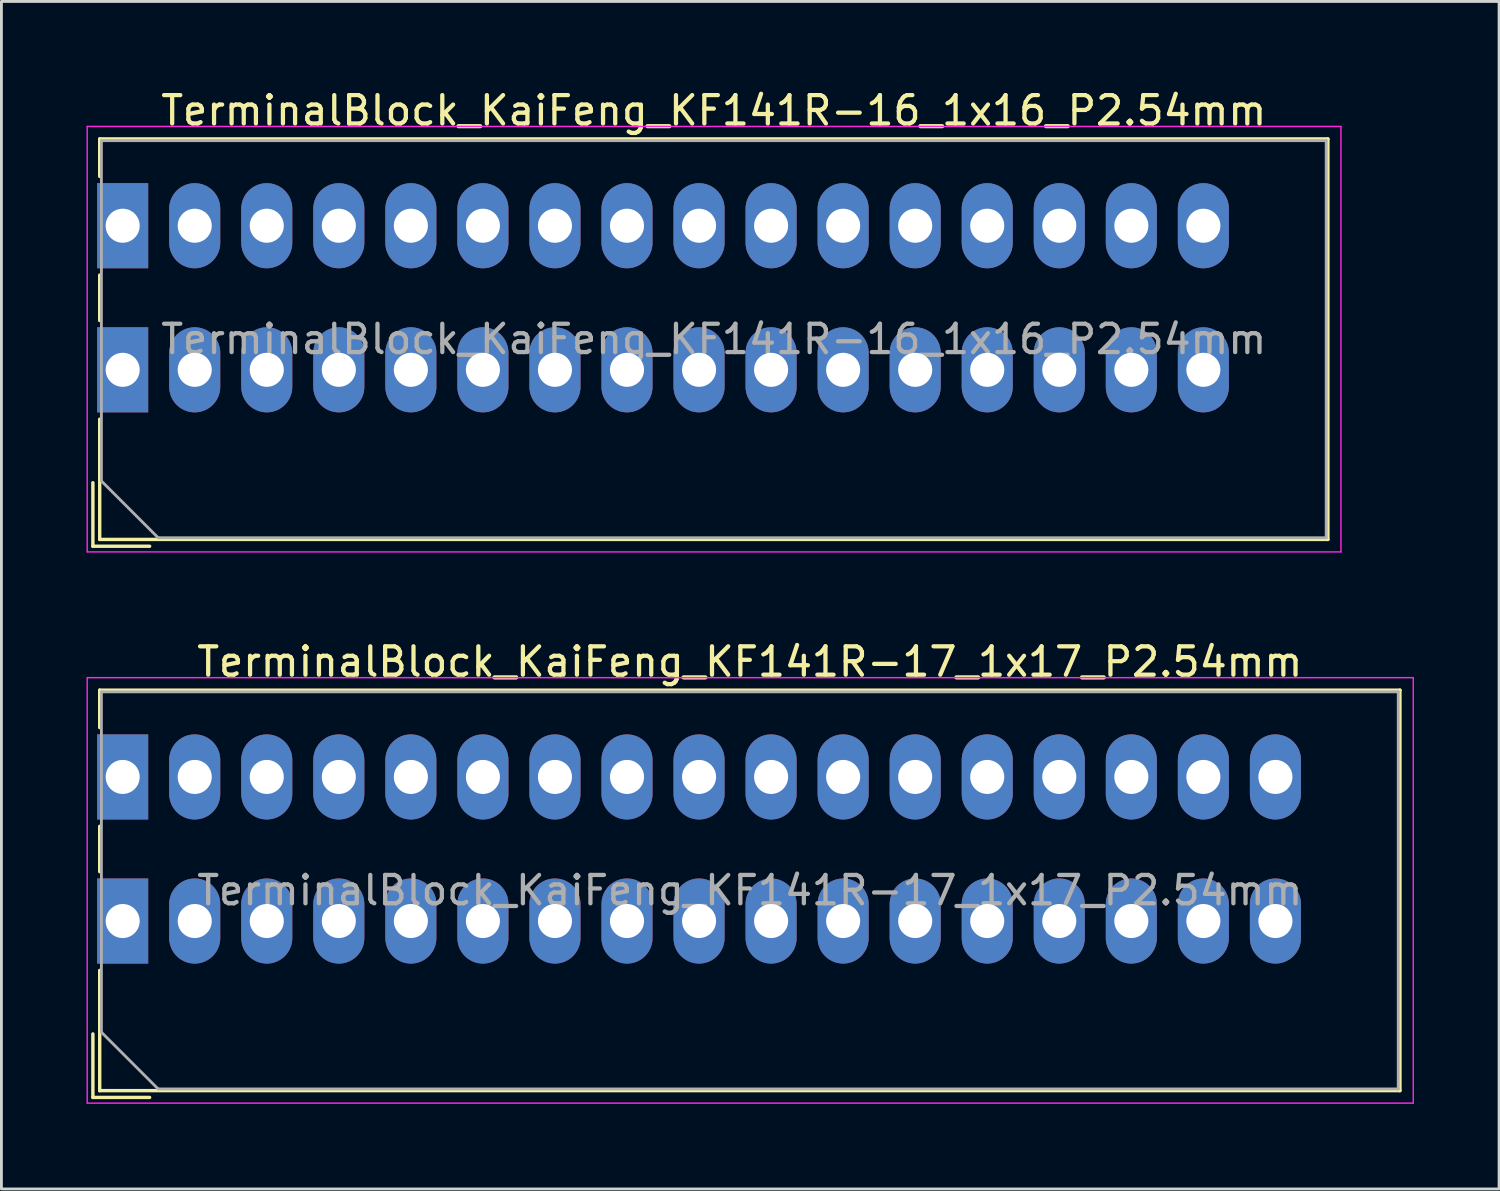
<source format=kicad_pcb>
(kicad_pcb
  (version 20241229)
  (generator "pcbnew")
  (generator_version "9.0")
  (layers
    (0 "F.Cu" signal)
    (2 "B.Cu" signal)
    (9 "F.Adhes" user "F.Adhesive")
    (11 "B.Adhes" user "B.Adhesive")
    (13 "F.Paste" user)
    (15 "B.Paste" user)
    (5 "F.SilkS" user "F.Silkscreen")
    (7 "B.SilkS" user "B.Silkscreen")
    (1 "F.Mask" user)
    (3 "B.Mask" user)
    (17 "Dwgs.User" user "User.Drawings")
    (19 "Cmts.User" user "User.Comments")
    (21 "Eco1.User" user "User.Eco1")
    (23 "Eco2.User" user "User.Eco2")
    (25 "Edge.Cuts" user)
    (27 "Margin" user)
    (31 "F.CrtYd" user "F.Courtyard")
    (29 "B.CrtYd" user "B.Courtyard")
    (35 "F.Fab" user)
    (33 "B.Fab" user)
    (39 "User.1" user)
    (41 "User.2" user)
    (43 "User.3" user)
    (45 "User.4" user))
  (footprint "TerminalBlock_KaiFeng_KF141R-16_1x16_P2.54mm"
    (layer "F.Cu")
    (at 1.275 4.908)
    (property "Reference" "TerminalBlock_KaiFeng_KF141R-16_1x16_P2.54mm" (at 20.84 -4.06 0) (layer "F.SilkS") (effects (font (size 1 1) (thickness 0.15))))
    (attr through_hole)
    (fp_line (start -1.05 9.06) (end -1.05 11.3) (stroke (width 0.12) (type solid)) (layer "F.SilkS"))
    (fp_line (start -1.05 11.3) (end 0.95 11.3) (stroke (width 0.12) (type solid)) (layer "F.SilkS"))
    (fp_line (start -0.81 -3.06) (end -0.81 -1.74) (stroke (width 0.12) (type solid)) (layer "F.SilkS"))
    (fp_line (start -0.81 -3.06) (end 42.49 -3.06) (stroke (width 0.12) (type solid)) (layer "F.SilkS"))
    (fp_line (start -0.81 1.74) (end -0.81 3.34) (stroke (width 0.12) (type solid)) (layer "F.SilkS"))
    (fp_line (start -0.81 6.82) (end -0.81 11.06) (stroke (width 0.12) (type solid)) (layer "F.SilkS"))
    (fp_line (start -0.81 11.06) (end 42.49 11.06) (stroke (width 0.12) (type solid)) (layer "F.SilkS"))
    (fp_line (start 42.49 -3.06) (end 42.49 11.06) (stroke (width 0.12) (type solid)) (layer "F.SilkS"))
    (fp_line (start -1.25 -3.5) (end -1.25 11.5) (stroke (width 0.05) (type solid)) (layer "F.CrtYd"))
    (fp_line (start -1.25 11.5) (end 42.95 11.5) (stroke (width 0.05) (type solid)) (layer "F.CrtYd"))
    (fp_line (start 42.95 -3.5) (end -1.25 -3.5) (stroke (width 0.05) (type solid)) (layer "F.CrtYd"))
    (fp_line (start 42.95 11.5) (end 42.95 -3.5) (stroke (width 0.05) (type solid)) (layer "F.CrtYd"))
    (fp_line (start -0.75 -3) (end 42.43 -3) (stroke (width 0.1) (type solid)) (layer "F.Fab"))
    (fp_line (start -0.75 9) (end -0.75 -3) (stroke (width 0.1) (type solid)) (layer "F.Fab"))
    (fp_line (start 1.25 11) (end -0.75 9) (stroke (width 0.1) (type solid)) (layer "F.Fab"))
    (fp_line (start 42.43 -3) (end 42.43 11) (stroke (width 0.1) (type solid)) (layer "F.Fab"))
    (fp_line (start 42.43 11) (end 1.25 11) (stroke (width 0.1) (type solid)) (layer "F.Fab"))
    (fp_text user "${REFERENCE}" (at 20.84 4 0) (layer "F.Fab") (effects (font (size 1 1) (thickness 0.15))))
    (pad "1" thru_hole rect (at 0 0) (size 1.8 3) (drill 1.2) (layers "*.Cu" "*.Mask"))
    (pad "1" thru_hole rect (at 0 5.08) (size 1.8 3) (drill 1.2) (layers "*.Cu" "*.Mask"))
    (pad "2" thru_hole oval (at 2.54 0) (size 1.8 3) (drill 1.2) (layers "*.Cu" "*.Mask"))
    (pad "2" thru_hole oval (at 2.54 5.08) (size 1.8 3) (drill 1.2) (layers "*.Cu" "*.Mask"))
    (pad "3" thru_hole oval (at 5.08 0) (size 1.8 3) (drill 1.2) (layers "*.Cu" "*.Mask"))
    (pad "3" thru_hole oval (at 5.08 5.08) (size 1.8 3) (drill 1.2) (layers "*.Cu" "*.Mask"))
    (pad "4" thru_hole oval (at 7.62 0) (size 1.8 3) (drill 1.2) (layers "*.Cu" "*.Mask"))
    (pad "4" thru_hole oval (at 7.62 5.08) (size 1.8 3) (drill 1.2) (layers "*.Cu" "*.Mask"))
    (pad "5" thru_hole oval (at 10.16 0) (size 1.8 3) (drill 1.2) (layers "*.Cu" "*.Mask"))
    (pad "5" thru_hole oval (at 10.16 5.08) (size 1.8 3) (drill 1.2) (layers "*.Cu" "*.Mask"))
    (pad "6" thru_hole oval (at 12.7 0) (size 1.8 3) (drill 1.2) (layers "*.Cu" "*.Mask"))
    (pad "6" thru_hole oval (at 12.7 5.08) (size 1.8 3) (drill 1.2) (layers "*.Cu" "*.Mask"))
    (pad "7" thru_hole oval (at 15.24 0) (size 1.8 3) (drill 1.2) (layers "*.Cu" "*.Mask"))
    (pad "7" thru_hole oval (at 15.24 5.08) (size 1.8 3) (drill 1.2) (layers "*.Cu" "*.Mask"))
    (pad "8" thru_hole oval (at 17.78 0) (size 1.8 3) (drill 1.2) (layers "*.Cu" "*.Mask"))
    (pad "8" thru_hole oval (at 17.78 5.08) (size 1.8 3) (drill 1.2) (layers "*.Cu" "*.Mask"))
    (pad "9" thru_hole oval (at 20.32 0) (size 1.8 3) (drill 1.2) (layers "*.Cu" "*.Mask"))
    (pad "9" thru_hole oval (at 20.32 5.08) (size 1.8 3) (drill 1.2) (layers "*.Cu" "*.Mask"))
    (pad "10" thru_hole oval (at 22.86 0) (size 1.8 3) (drill 1.2) (layers "*.Cu" "*.Mask"))
    (pad "10" thru_hole oval (at 22.86 5.08) (size 1.8 3) (drill 1.2) (layers "*.Cu" "*.Mask"))
    (pad "11" thru_hole oval (at 25.4 0) (size 1.8 3) (drill 1.2) (layers "*.Cu" "*.Mask"))
    (pad "11" thru_hole oval (at 25.4 5.08) (size 1.8 3) (drill 1.2) (layers "*.Cu" "*.Mask"))
    (pad "12" thru_hole oval (at 27.94 0) (size 1.8 3) (drill 1.2) (layers "*.Cu" "*.Mask"))
    (pad "12" thru_hole oval (at 27.94 5.08) (size 1.8 3) (drill 1.2) (layers "*.Cu" "*.Mask"))
    (pad "13" thru_hole oval (at 30.48 0) (size 1.8 3) (drill 1.2) (layers "*.Cu" "*.Mask"))
    (pad "13" thru_hole oval (at 30.48 5.08) (size 1.8 3) (drill 1.2) (layers "*.Cu" "*.Mask"))
    (pad "14" thru_hole oval (at 33.02 0) (size 1.8 3) (drill 1.2) (layers "*.Cu" "*.Mask"))
    (pad "14" thru_hole oval (at 33.02 5.08) (size 1.8 3) (drill 1.2) (layers "*.Cu" "*.Mask"))
    (pad "15" thru_hole oval (at 35.56 0) (size 1.8 3) (drill 1.2) (layers "*.Cu" "*.Mask"))
    (pad "15" thru_hole oval (at 35.56 5.08) (size 1.8 3) (drill 1.2) (layers "*.Cu" "*.Mask"))
    (pad "16" thru_hole oval (at 38.1 0) (size 1.8 3) (drill 1.2) (layers "*.Cu" "*.Mask"))
    (pad "16" thru_hole oval (at 38.1 5.08) (size 1.8 3) (drill 1.2) (layers "*.Cu" "*.Mask")))
  (footprint "TerminalBlock_KaiFeng_KF141R-17_1x17_P2.54mm"
    (layer "F.Cu")
    (at 1.275 24.341)
    (property "Reference" "TerminalBlock_KaiFeng_KF141R-17_1x17_P2.54mm" (at 22.11 -4.06 0) (layer "F.SilkS") (effects (font (size 1 1) (thickness 0.15))))
    (attr through_hole)
    (fp_line (start -1.05 9.06) (end -1.05 11.3) (stroke (width 0.12) (type solid)) (layer "F.SilkS"))
    (fp_line (start -1.05 11.3) (end 0.95 11.3) (stroke (width 0.12) (type solid)) (layer "F.SilkS"))
    (fp_line (start -0.81 -3.06) (end -0.81 -1.74) (stroke (width 0.12) (type solid)) (layer "F.SilkS"))
    (fp_line (start -0.81 -3.06) (end 45.03 -3.06) (stroke (width 0.12) (type solid)) (layer "F.SilkS"))
    (fp_line (start -0.81 1.74) (end -0.81 3.34) (stroke (width 0.12) (type solid)) (layer "F.SilkS"))
    (fp_line (start -0.81 6.82) (end -0.81 11.06) (stroke (width 0.12) (type solid)) (layer "F.SilkS"))
    (fp_line (start -0.81 11.06) (end 45.03 11.06) (stroke (width 0.12) (type solid)) (layer "F.SilkS"))
    (fp_line (start 45.03 -3.06) (end 45.03 11.06) (stroke (width 0.12) (type solid)) (layer "F.SilkS"))
    (fp_line (start -1.25 -3.5) (end -1.25 11.5) (stroke (width 0.05) (type solid)) (layer "F.CrtYd"))
    (fp_line (start -1.25 11.5) (end 45.5 11.5) (stroke (width 0.05) (type solid)) (layer "F.CrtYd"))
    (fp_line (start 45.5 -3.5) (end -1.25 -3.5) (stroke (width 0.05) (type solid)) (layer "F.CrtYd"))
    (fp_line (start 45.5 11.5) (end 45.5 -3.5) (stroke (width 0.05) (type solid)) (layer "F.CrtYd"))
    (fp_line (start -0.75 -3) (end 44.97 -3) (stroke (width 0.1) (type solid)) (layer "F.Fab"))
    (fp_line (start -0.75 9) (end -0.75 -3) (stroke (width 0.1) (type solid)) (layer "F.Fab"))
    (fp_line (start 1.25 11) (end -0.75 9) (stroke (width 0.1) (type solid)) (layer "F.Fab"))
    (fp_line (start 44.97 -3) (end 44.97 11) (stroke (width 0.1) (type solid)) (layer "F.Fab"))
    (fp_line (start 44.97 11) (end 1.25 11) (stroke (width 0.1) (type solid)) (layer "F.Fab"))
    (fp_text user "${REFERENCE}" (at 22.11 4 0) (layer "F.Fab") (effects (font (size 1 1) (thickness 0.15))))
    (pad "1" thru_hole rect (at 0 0) (size 1.8 3) (drill 1.2) (layers "*.Cu" "*.Mask"))
    (pad "1" thru_hole rect (at 0 5.08) (size 1.8 3) (drill 1.2) (layers "*.Cu" "*.Mask"))
    (pad "2" thru_hole oval (at 2.54 0) (size 1.8 3) (drill 1.2) (layers "*.Cu" "*.Mask"))
    (pad "2" thru_hole oval (at 2.54 5.08) (size 1.8 3) (drill 1.2) (layers "*.Cu" "*.Mask"))
    (pad "3" thru_hole oval (at 5.08 0) (size 1.8 3) (drill 1.2) (layers "*.Cu" "*.Mask"))
    (pad "3" thru_hole oval (at 5.08 5.08) (size 1.8 3) (drill 1.2) (layers "*.Cu" "*.Mask"))
    (pad "4" thru_hole oval (at 7.62 0) (size 1.8 3) (drill 1.2) (layers "*.Cu" "*.Mask"))
    (pad "4" thru_hole oval (at 7.62 5.08) (size 1.8 3) (drill 1.2) (layers "*.Cu" "*.Mask"))
    (pad "5" thru_hole oval (at 10.16 0) (size 1.8 3) (drill 1.2) (layers "*.Cu" "*.Mask"))
    (pad "5" thru_hole oval (at 10.16 5.08) (size 1.8 3) (drill 1.2) (layers "*.Cu" "*.Mask"))
    (pad "6" thru_hole oval (at 12.7 0) (size 1.8 3) (drill 1.2) (layers "*.Cu" "*.Mask"))
    (pad "6" thru_hole oval (at 12.7 5.08) (size 1.8 3) (drill 1.2) (layers "*.Cu" "*.Mask"))
    (pad "7" thru_hole oval (at 15.24 0) (size 1.8 3) (drill 1.2) (layers "*.Cu" "*.Mask"))
    (pad "7" thru_hole oval (at 15.24 5.08) (size 1.8 3) (drill 1.2) (layers "*.Cu" "*.Mask"))
    (pad "8" thru_hole oval (at 17.78 0) (size 1.8 3) (drill 1.2) (layers "*.Cu" "*.Mask"))
    (pad "8" thru_hole oval (at 17.78 5.08) (size 1.8 3) (drill 1.2) (layers "*.Cu" "*.Mask"))
    (pad "9" thru_hole oval (at 20.32 0) (size 1.8 3) (drill 1.2) (layers "*.Cu" "*.Mask"))
    (pad "9" thru_hole oval (at 20.32 5.08) (size 1.8 3) (drill 1.2) (layers "*.Cu" "*.Mask"))
    (pad "10" thru_hole oval (at 22.86 0) (size 1.8 3) (drill 1.2) (layers "*.Cu" "*.Mask"))
    (pad "10" thru_hole oval (at 22.86 5.08) (size 1.8 3) (drill 1.2) (layers "*.Cu" "*.Mask"))
    (pad "11" thru_hole oval (at 25.4 0) (size 1.8 3) (drill 1.2) (layers "*.Cu" "*.Mask"))
    (pad "11" thru_hole oval (at 25.4 5.08) (size 1.8 3) (drill 1.2) (layers "*.Cu" "*.Mask"))
    (pad "12" thru_hole oval (at 27.94 0) (size 1.8 3) (drill 1.2) (layers "*.Cu" "*.Mask"))
    (pad "12" thru_hole oval (at 27.94 5.08) (size 1.8 3) (drill 1.2) (layers "*.Cu" "*.Mask"))
    (pad "13" thru_hole oval (at 30.48 0) (size 1.8 3) (drill 1.2) (layers "*.Cu" "*.Mask"))
    (pad "13" thru_hole oval (at 30.48 5.08) (size 1.8 3) (drill 1.2) (layers "*.Cu" "*.Mask"))
    (pad "14" thru_hole oval (at 33.02 0) (size 1.8 3) (drill 1.2) (layers "*.Cu" "*.Mask"))
    (pad "14" thru_hole oval (at 33.02 5.08) (size 1.8 3) (drill 1.2) (layers "*.Cu" "*.Mask"))
    (pad "15" thru_hole oval (at 35.56 0) (size 1.8 3) (drill 1.2) (layers "*.Cu" "*.Mask"))
    (pad "15" thru_hole oval (at 35.56 5.08) (size 1.8 3) (drill 1.2) (layers "*.Cu" "*.Mask"))
    (pad "16" thru_hole oval (at 38.1 0) (size 1.8 3) (drill 1.2) (layers "*.Cu" "*.Mask"))
    (pad "16" thru_hole oval (at 38.1 5.08) (size 1.8 3) (drill 1.2) (layers "*.Cu" "*.Mask"))
    (pad "17" thru_hole oval (at 40.64 0) (size 1.8 3) (drill 1.2) (layers "*.Cu" "*.Mask"))
    (pad "17" thru_hole oval (at 40.64 5.08) (size 1.8 3) (drill 1.2) (layers "*.Cu" "*.Mask")))
  (gr_rect
    (start -3 -3)
    (end 49.8 38.867)
    (stroke (width 0.1) (type default))
    (fill no)
    (layer "Edge.Cuts")))
</source>
